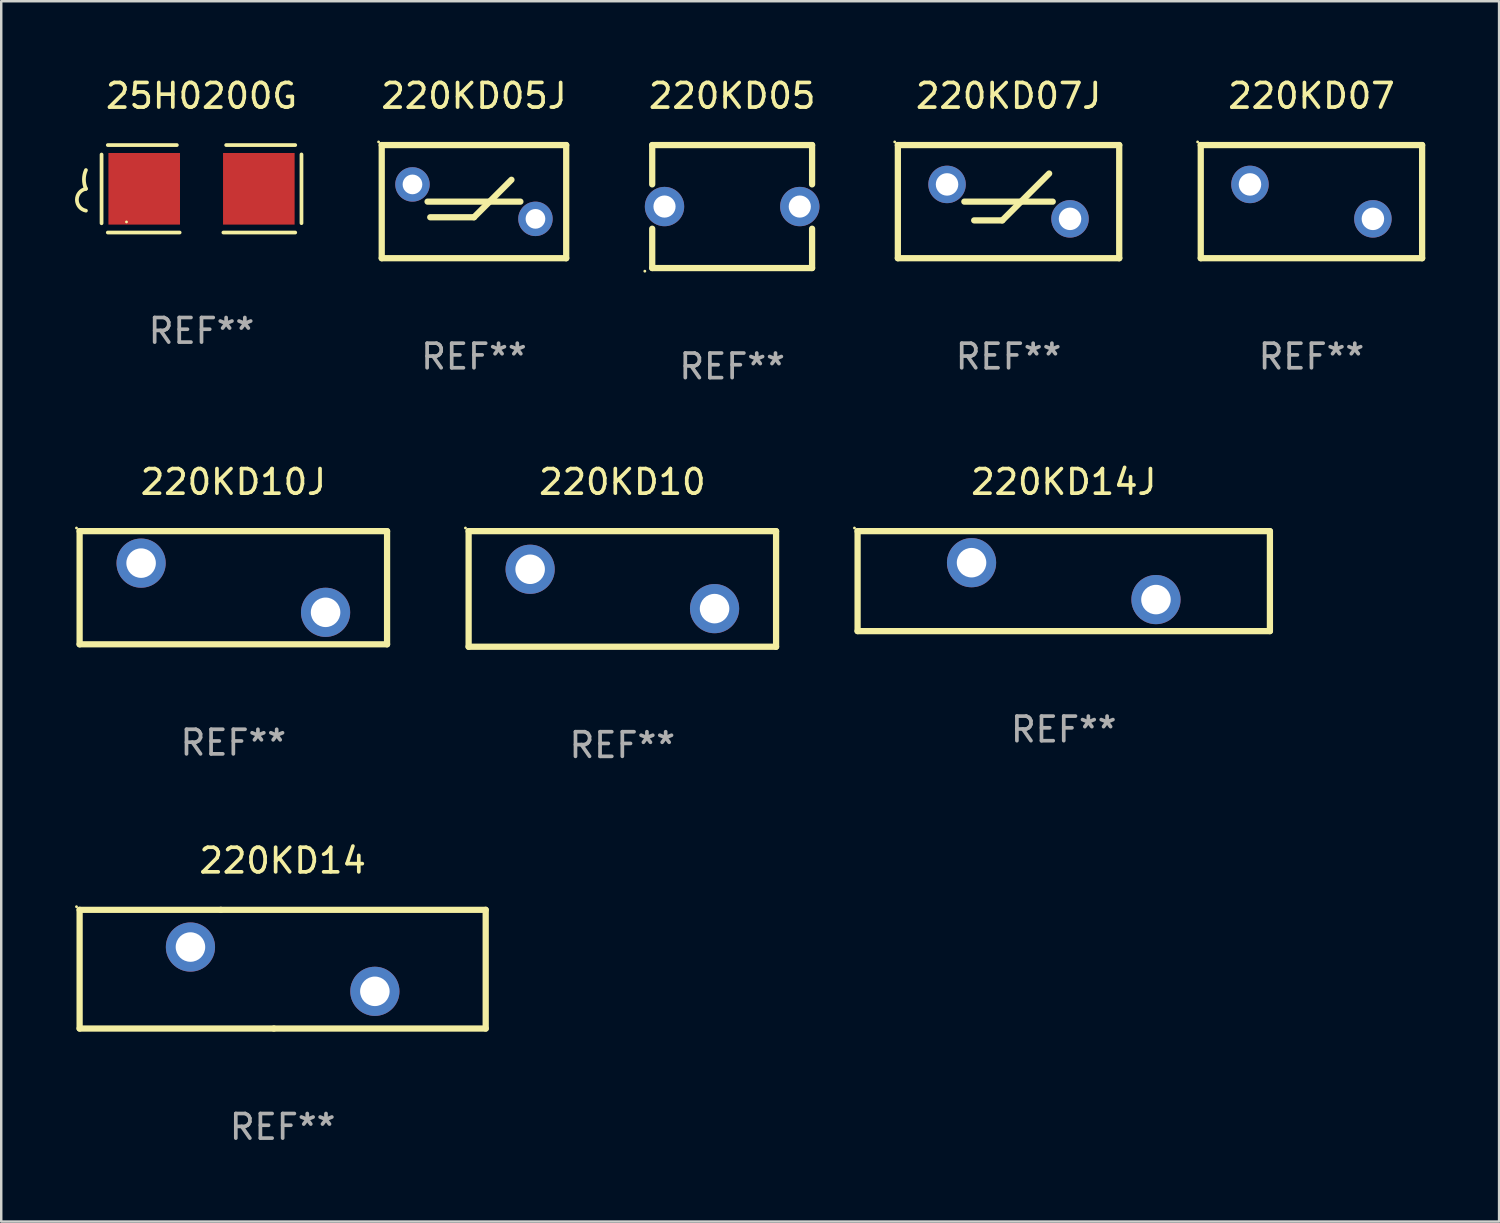
<source format=kicad_pcb>
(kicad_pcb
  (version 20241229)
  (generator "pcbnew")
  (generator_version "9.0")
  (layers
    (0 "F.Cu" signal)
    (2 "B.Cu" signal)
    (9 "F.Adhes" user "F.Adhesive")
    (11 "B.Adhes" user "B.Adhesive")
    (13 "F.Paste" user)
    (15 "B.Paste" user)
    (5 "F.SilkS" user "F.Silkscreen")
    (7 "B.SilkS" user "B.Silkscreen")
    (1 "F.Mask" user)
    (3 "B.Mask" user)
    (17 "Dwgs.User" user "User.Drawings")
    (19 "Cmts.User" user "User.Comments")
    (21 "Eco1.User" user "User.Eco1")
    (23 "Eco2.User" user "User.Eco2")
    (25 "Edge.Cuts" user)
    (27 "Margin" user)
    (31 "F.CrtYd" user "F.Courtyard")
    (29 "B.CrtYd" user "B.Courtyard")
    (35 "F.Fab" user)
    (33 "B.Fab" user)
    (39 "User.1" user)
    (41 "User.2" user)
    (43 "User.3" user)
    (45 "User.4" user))
  (footprint "220KD05"
    (layer "F.Cu")
    (at 26.717 5.348)
    (property "Reference" "220KD05" (at 0 -4.5 0) (layer "F.SilkS") (effects (font (size 1 1) (thickness 0.15))))
    (attr through_hole)
    (fp_line (start -3.25 -2.5) (end -3.25 -0.902) (stroke (width 0.254) (type solid)) (layer "F.SilkS"))
    (fp_line (start -3.25 -2.5) (end 3.25 -2.5) (stroke (width 0.254) (type solid)) (layer "F.SilkS"))
    (fp_line (start -3.25 0.901) (end -3.25 2.5) (stroke (width 0.254) (type solid)) (layer "F.SilkS"))
    (fp_line (start 3.25 -0.902) (end 3.25 -2.5) (stroke (width 0.254) (type solid)) (layer "F.SilkS"))
    (fp_line (start 3.25 2.5) (end -3.25 2.5) (stroke (width 0.254) (type solid)) (layer "F.SilkS"))
    (fp_line (start 3.25 2.5) (end 3.25 0.901) (stroke (width 0.254) (type solid)) (layer "F.SilkS"))
    (fp_circle (center -3.55 2.627) (end -3.52 2.627) (stroke (width 0.06) (type solid)) (fill no) (layer "F.SilkS"))
    (fp_text user "REF**" (at 0 6.5 0) (layer "F.Fab") (effects (font (size 1 1) (thickness 0.15))))
    (pad "1" thru_hole circle (at -2.75 -0.000127) (size 1.6 1.6) (drill 0.9) (layers "*.Cu" "*.Mask"))
    (pad "2" thru_hole circle (at 2.75 -0.000127) (size 1.6 1.6) (drill 0.9) (layers "*.Cu" "*.Mask")))
  (footprint "25H0200G"
    (layer "F.Cu")
    (at 5.143 4.626)
    (property "Reference" "25H0200G" (at 0 -3.778 0) (layer "F.SilkS") (effects (font (size 1 1) (thickness 0.15))))
    (attr through_hole)
    (fp_line (start -4.064 -1.393) (end -4.064 1.401) (stroke (width 0.152) (type solid)) (layer "F.SilkS"))
    (fp_line (start -3.81 -1.778) (end -1.002 -1.778) (stroke (width 0.152) (type solid)) (layer "F.SilkS"))
    (fp_line (start -0.889 1.778) (end -3.81 1.778) (stroke (width 0.152) (type solid)) (layer "F.SilkS"))
    (fp_line (start 0.889 1.778) (end 3.81 1.778) (stroke (width 0.152) (type solid)) (layer "F.SilkS"))
    (fp_line (start 3.81 -1.778) (end 1.002 -1.778) (stroke (width 0.152) (type solid)) (layer "F.SilkS"))
    (fp_line (start 4.064 -1.397) (end 4.064 1.397) (stroke (width 0.152) (type solid)) (layer "F.SilkS"))
    (fp_arc (start -4.699009 0) (mid -4.780645 -0.381001) (end -4.699009 -0.762002) (stroke (width 0.151994) (type solid)) (layer "F.SilkS"))
    (fp_arc (start -4.699009 0.889002) (mid -5.066697 0.444501) (end -4.699009 0) (stroke (width 0.151994) (type solid)) (layer "F.SilkS"))
    (fp_circle (center -3.05 1.347) (end -3.02 1.347) (stroke (width 0.06) (type solid)) (fill no) (layer "F.SilkS"))
    (fp_text user "REF**" (at 0 5.778 0) (layer "F.Fab") (effects (font (size 1 1) (thickness 0.15))))
    (pad "1" smd rect (at -2.33 0) (size 2.91 2.911) (layers "F.Cu" "F.Mask" "F.Paste"))
    (pad "2" smd rect (at 2.33 0) (size 2.91 2.911) (layers "F.Cu" "F.Mask" "F.Paste")))
  (footprint "220KD14J"
    (layer "F.Cu")
    (at 40.199 20.577)
    (property "Reference" "220KD14J" (at 0 -4.032 0) (layer "F.SilkS") (effects (font (size 1 1) (thickness 0.15))))
    (attr through_hole)
    (fp_line (start -8.382 -2.032) (end 8.382 -2.032) (stroke (width 0.254) (type solid)) (layer "F.SilkS"))
    (fp_line (start -8.382 2.032) (end -8.382 -2.032) (stroke (width 0.254) (type solid)) (layer "F.SilkS"))
    (fp_line (start 8.382 -2.032) (end 8.382 2.032) (stroke (width 0.254) (type solid)) (layer "F.SilkS"))
    (fp_line (start 8.382 2.032) (end -8.382 2.032) (stroke (width 0.254) (type solid)) (layer "F.SilkS"))
    (fp_circle (center -8.509 -2.159) (end -8.479 -2.159) (stroke (width 0.06) (type solid)) (fill no) (layer "F.SilkS"))
    (fp_text user "REF**" (at 0 6.032 0) (layer "F.Fab") (effects (font (size 1 1) (thickness 0.15))))
    (pad "1" thru_hole circle (at -3.749 -0.75) (size 2 2) (drill 1.2) (layers "*.Cu" "*.Mask"))
    (pad "2" thru_hole circle (at 3.749 0.75) (size 2 2) (drill 1.2) (layers "*.Cu" "*.Mask")))
  (footprint "220KD05J"
    (layer "F.Cu")
    (at 16.22 5.148)
    (property "Reference" "220KD05J" (at 0 -4.3 0) (layer "F.SilkS") (effects (font (size 1 1) (thickness 0.15))))
    (attr through_hole)
    (fp_line (start -3.75 -2.3) (end 3.75 -2.3) (stroke (width 0.254) (type solid)) (layer "F.SilkS"))
    (fp_line (start -3.75 2.3) (end -3.75 -2.3) (stroke (width 0.254) (type solid)) (layer "F.SilkS"))
    (fp_line (start -1.887 0) (end 1.887 0) (stroke (width 0.254) (type solid)) (layer "F.SilkS"))
    (fp_line (start -1.778 0.635) (end 0.000127 0.635) (stroke (width 0.254) (type solid)) (layer "F.SilkS"))
    (fp_line (start 0.000127 0.635) (end 1.524 -0.889) (stroke (width 0.254) (type solid)) (layer "F.SilkS"))
    (fp_line (start 3.75 -2.3) (end 3.75 2.3) (stroke (width 0.254) (type solid)) (layer "F.SilkS"))
    (fp_line (start 3.75 2.3) (end -3.75 2.3) (stroke (width 0.254) (type solid)) (layer "F.SilkS"))
    (fp_circle (center -3.877 -2.427) (end -3.847 -2.427) (stroke (width 0.06) (type solid)) (fill no) (layer "F.SilkS"))
    (fp_text user "REF**" (at 0 6.3 0) (layer "F.Fab") (effects (font (size 1 1) (thickness 0.15))))
    (pad "1" thru_hole circle (at -2.5 -0.7) (size 1.4 1.4) (drill 0.8) (layers "*.Cu" "*.Mask"))
    (pad "2" thru_hole circle (at 2.5 0.7) (size 1.4 1.4) (drill 0.8) (layers "*.Cu" "*.Mask")))
  (footprint "220KD07"
    (layer "F.Cu")
    (at 50.27 5.148)
    (property "Reference" "220KD07" (at 0 -4.3 0) (layer "F.SilkS") (effects (font (size 1 1) (thickness 0.15))))
    (attr through_hole)
    (fp_line (start -4.501 -2.3) (end 4.499 -2.3) (stroke (width 0.254) (type solid)) (layer "F.SilkS"))
    (fp_line (start -4.501 2.3) (end -4.501 -2.3) (stroke (width 0.254) (type solid)) (layer "F.SilkS"))
    (fp_line (start 4.499 -2.3) (end 4.499 2.3) (stroke (width 0.254) (type solid)) (layer "F.SilkS"))
    (fp_line (start 4.501 2.3) (end -4.501 2.3) (stroke (width 0.254) (type solid)) (layer "F.SilkS"))
    (fp_circle (center -4.628 -2.427) (end -4.598 -2.427) (stroke (width 0.06) (type solid)) (fill no) (layer "F.SilkS"))
    (fp_text user "REF**" (at 0 6.3 0) (layer "F.Fab") (effects (font (size 1 1) (thickness 0.15))))
    (pad "1" thru_hole circle (at -2.5 -0.7) (size 1.524 1.524) (drill 0.914) (layers "*.Cu" "*.Mask"))
    (pad "2" thru_hole circle (at 2.498 0.7) (size 1.524 1.524) (drill 0.914) (layers "*.Cu" "*.Mask")))
  (footprint "220KD07J"
    (layer "F.Cu")
    (at 37.955 5.148)
    (property "Reference" "220KD07J" (at 0 -4.3 0) (layer "F.SilkS") (effects (font (size 1 1) (thickness 0.15))))
    (attr through_hole)
    (fp_line (start -4.501 -2.3) (end 4.499 -2.3) (stroke (width 0.254) (type solid)) (layer "F.SilkS"))
    (fp_line (start -4.501 2.3) (end -4.501 -2.3) (stroke (width 0.254) (type solid)) (layer "F.SilkS"))
    (fp_line (start -1.798 0) (end 1.796 0) (stroke (width 0.254) (type solid)) (layer "F.SilkS"))
    (fp_line (start -1.398 0.762) (end -0.255 0.762) (stroke (width 0.254) (type solid)) (layer "F.SilkS"))
    (fp_line (start -0.255 0.762) (end 1.65 -1.143) (stroke (width 0.254) (type solid)) (layer "F.SilkS"))
    (fp_line (start 4.499 -2.3) (end 4.499 2.3) (stroke (width 0.254) (type solid)) (layer "F.SilkS"))
    (fp_line (start 4.501 2.3) (end -4.501 2.3) (stroke (width 0.254) (type solid)) (layer "F.SilkS"))
    (fp_circle (center -4.628 -2.427) (end -4.598 -2.427) (stroke (width 0.06) (type solid)) (fill no) (layer "F.SilkS"))
    (fp_text user "REF**" (at 0 6.3 0) (layer "F.Fab") (effects (font (size 1 1) (thickness 0.15))))
    (pad "1" thru_hole circle (at -2.501 -0.7) (size 1.524 1.524) (drill 0.914) (layers "*.Cu" "*.Mask"))
    (pad "2" thru_hole circle (at 2.499 0.7) (size 1.524 1.524) (drill 0.914) (layers "*.Cu" "*.Mask")))
  (footprint "220KD10J"
    (layer "F.Cu")
    (at 6.437 20.845)
    (property "Reference" "220KD10J" (at 0 -4.3 0) (layer "F.SilkS") (effects (font (size 1 1) (thickness 0.15))))
    (attr through_hole)
    (fp_line (start -6.25 -2.3) (end -6.25 2.3) (stroke (width 0.254) (type solid)) (layer "F.SilkS"))
    (fp_line (start -6.25 -2.3) (end 6.25 -2.3) (stroke (width 0.254) (type solid)) (layer "F.SilkS"))
    (fp_line (start -6.25 2.3) (end 6.25 2.3) (stroke (width 0.254) (type solid)) (layer "F.SilkS"))
    (fp_line (start 6.25 -2.3) (end 6.25 2.3) (stroke (width 0.254) (type solid)) (layer "F.SilkS"))
    (fp_circle (center -6.377 -2.427) (end -6.347 -2.427) (stroke (width 0.06) (type solid)) (fill no) (layer "F.SilkS"))
    (fp_text user "REF**" (at 0 6.3 0) (layer "F.Fab") (effects (font (size 1 1) (thickness 0.15))))
    (pad "1" thru_hole circle (at -3.75 -1) (size 2 2) (drill 1.2) (layers "*.Cu" "*.Mask"))
    (pad "2" thru_hole circle (at 3.75 1) (size 2 2) (drill 1.2) (layers "*.Cu" "*.Mask")))
  (footprint "220KD10"
    (layer "F.Cu")
    (at 22.252 20.895)
    (property "Reference" "220KD10" (at 0 -4.35 0) (layer "F.SilkS") (effects (font (size 1 1) (thickness 0.15))))
    (attr through_hole)
    (fp_line (start -6.249 -2.35) (end 6.251 -2.35) (stroke (width 0.254) (type solid)) (layer "F.SilkS"))
    (fp_line (start -6.249 2.35) (end -6.249 -2.349) (stroke (width 0.254) (type solid)) (layer "F.SilkS"))
    (fp_line (start 6.251 -2.35) (end 6.251 2.35) (stroke (width 0.254) (type solid)) (layer "F.SilkS"))
    (fp_line (start 6.251 2.35) (end -6.251 2.35) (stroke (width 0.254) (type solid)) (layer "F.SilkS"))
    (fp_circle (center -6.378 -2.477) (end -6.348 -2.477) (stroke (width 0.06) (type solid)) (fill no) (layer "F.SilkS"))
    (fp_text user "REF**" (at 0 6.35 0) (layer "F.Fab") (effects (font (size 1 1) (thickness 0.15))))
    (pad "1" thru_hole circle (at -3.748 -0.8) (size 2 2) (drill 1.2) (layers "*.Cu" "*.Mask"))
    (pad "2" thru_hole circle (at 3.75 0.8) (size 2 2) (drill 1.2) (layers "*.Cu" "*.Mask")))
  (footprint "220KD14"
    (layer "F.Cu")
    (at 8.442 36.354)
    (property "Reference" "220KD14" (at 0 -4.413 0) (layer "F.SilkS") (effects (font (size 1 1) (thickness 0.15))))
    (attr through_hole)
    (fp_line (start -8.255 -2.413) (end -2.515 -2.413) (stroke (width 0.254) (type solid)) (layer "F.SilkS"))
    (fp_line (start -8.255 2.413) (end -8.255 -2.413) (stroke (width 0.254) (type solid)) (layer "F.SilkS"))
    (fp_line (start -2.515 -2.413) (end 8.255 -2.413) (stroke (width 0.254) (type solid)) (layer "F.SilkS"))
    (fp_line (start -0.356 2.413) (end -8.255 2.413) (stroke (width 0.254) (type solid)) (layer "F.SilkS"))
    (fp_line (start 8.255 -2.413) (end 8.255 2.413) (stroke (width 0.254) (type solid)) (layer "F.SilkS"))
    (fp_line (start 8.255 2.413) (end -0.356 2.413) (stroke (width 0.254) (type solid)) (layer "F.SilkS"))
    (fp_circle (center -8.382 -2.54) (end -8.352 -2.54) (stroke (width 0.06) (type solid)) (fill no) (layer "F.SilkS"))
    (fp_text user "REF**" (at 0 6.413 0) (layer "F.Fab") (effects (font (size 1 1) (thickness 0.15))))
    (pad "1" thru_hole circle (at -3.749 -0.9) (size 2 2) (drill 1.2) (layers "*.Cu" "*.Mask"))
    (pad "2" thru_hole circle (at 3.749 0.9) (size 2 2) (drill 1.2) (layers "*.Cu" "*.Mask")))
  (gr_rect
    (start -3 -3)
    (end 57.898 46.616)
    (stroke (width 0.1) (type default))
    (fill no)
    (layer "Edge.Cuts")))
</source>
